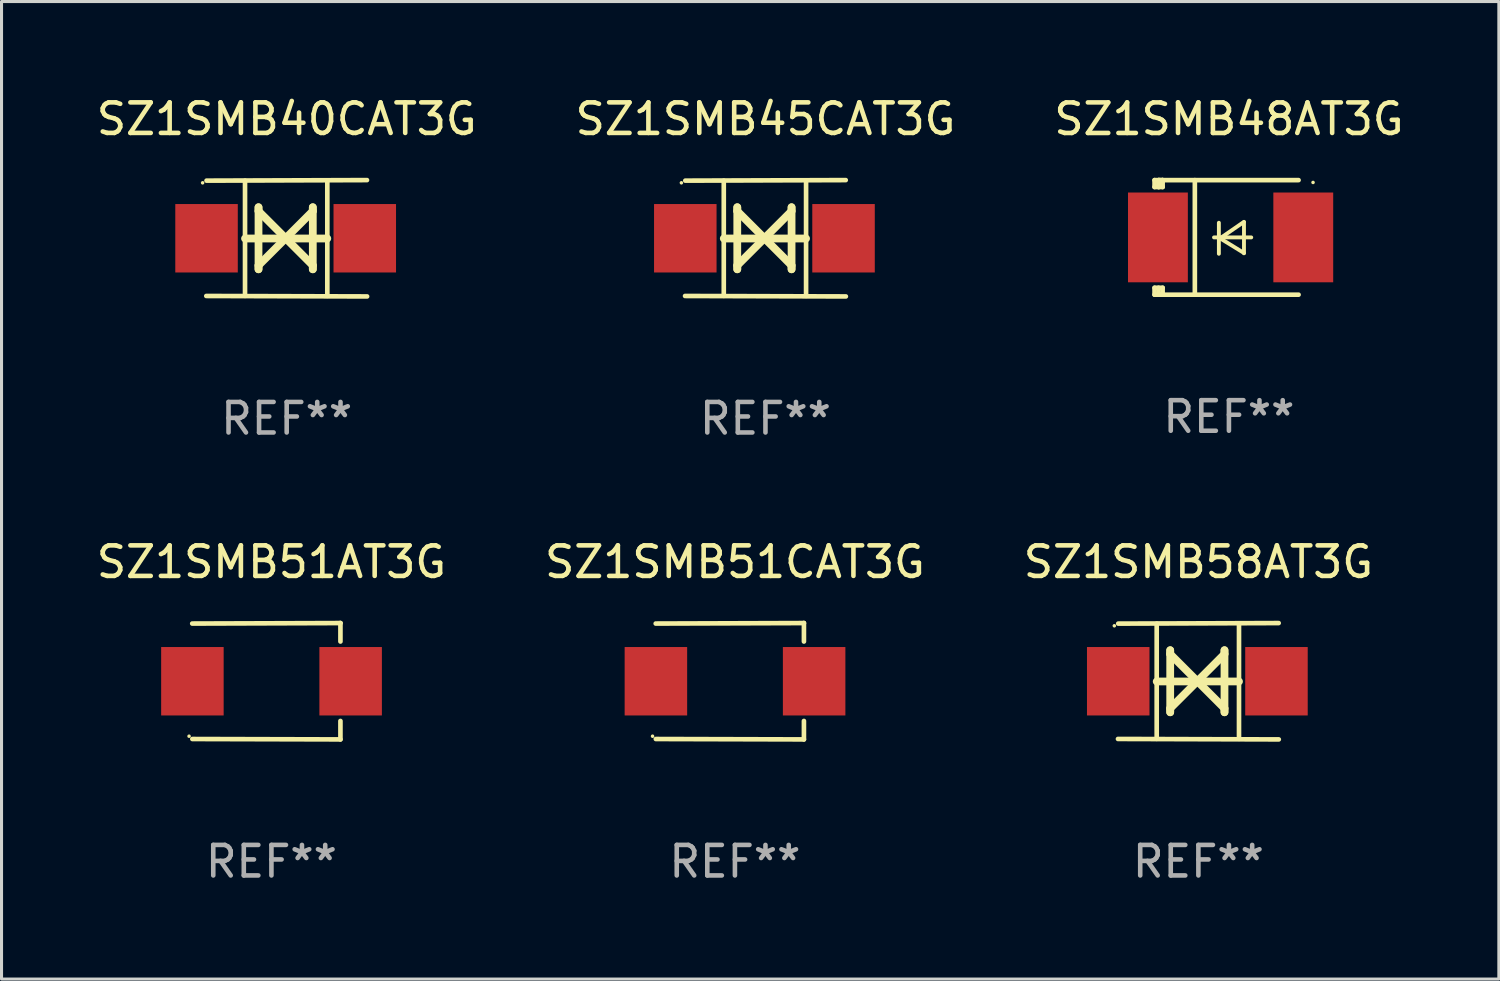
<source format=kicad_pcb>
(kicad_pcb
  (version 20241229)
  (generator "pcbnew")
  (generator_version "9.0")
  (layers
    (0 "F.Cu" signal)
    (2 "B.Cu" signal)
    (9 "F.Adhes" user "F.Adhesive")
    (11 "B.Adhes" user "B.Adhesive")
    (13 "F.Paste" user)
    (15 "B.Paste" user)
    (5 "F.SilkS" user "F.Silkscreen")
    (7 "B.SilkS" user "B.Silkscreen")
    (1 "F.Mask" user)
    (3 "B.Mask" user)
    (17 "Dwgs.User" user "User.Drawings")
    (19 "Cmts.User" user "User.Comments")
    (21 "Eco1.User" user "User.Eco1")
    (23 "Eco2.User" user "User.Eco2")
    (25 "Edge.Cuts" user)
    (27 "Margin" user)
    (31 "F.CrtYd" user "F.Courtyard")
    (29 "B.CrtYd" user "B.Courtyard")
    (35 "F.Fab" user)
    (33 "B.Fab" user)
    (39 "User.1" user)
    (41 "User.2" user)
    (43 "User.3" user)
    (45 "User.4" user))
  (footprint "SZ1SMB48AT3G"
    (layer "F.Cu")
    (at 37.196 4.725)
    (property "Reference" "SZ1SMB48AT3G" (at 0 -3.876 0) (layer "F.SilkS") (effects (font (size 1 1) (thickness 0.15))))
    (attr through_hole)
    (fp_line (start -2.435 1.65) (end -2.171 1.65) (stroke (width 0.152) (type solid)) (layer "F.SilkS"))
    (fp_line (start -2.435 1.876) (end -2.435 1.65) (stroke (width 0.152) (type solid)) (layer "F.SilkS"))
    (fp_line (start -2.435 -1.876) (end -2.171 -1.876) (stroke (width 0.152) (type solid)) (layer "F.SilkS"))
    (fp_line (start -2.435 -1.65) (end -2.435 -1.876) (stroke (width 0.152) (type solid)) (layer "F.SilkS"))
    (fp_line (start -2.305 -1.866) (end -2.295 -1.876) (stroke (width 0.152) (type solid)) (layer "F.SilkS"))
    (fp_line (start -2.305 -1.65) (end -2.305 -1.866) (stroke (width 0.152) (type solid)) (layer "F.SilkS"))
    (fp_line (start -2.305 1.876) (end -2.305 1.65) (stroke (width 0.152) (type solid)) (layer "F.SilkS"))
    (fp_line (start -2.295 -1.876) (end -2.295 -1.65) (stroke (width 0.152) (type solid)) (layer "F.SilkS"))
    (fp_line (start -2.171 1.876) (end -2.435 1.876) (stroke (width 0.152) (type solid)) (layer "F.SilkS"))
    (fp_line (start -2.171 -1.65) (end -2.435 -1.65) (stroke (width 0.152) (type solid)) (layer "F.SilkS"))
    (fp_line (start -2.171 -1.876) (end -2.295 -1.876) (stroke (width 0.152) (type solid)) (layer "F.SilkS"))
    (fp_line (start -2.171 -1.65) (end -2.171 -1.876) (stroke (width 0.152) (type solid)) (layer "F.SilkS"))
    (fp_line (start -2.171 1.876) (end -2.305 1.876) (stroke (width 0.152) (type solid)) (layer "F.SilkS"))
    (fp_line (start -2.171 1.876) (end -2.171 1.65) (stroke (width 0.152) (type solid)) (layer "F.SilkS"))
    (fp_line (start -1.116 1.876) (end -1.116 -1.876) (stroke (width 0.152) (type solid)) (layer "F.SilkS"))
    (fp_line (start -0.488 0.000102) (end 0.731 0.000102) (stroke (width 0.127) (type solid)) (layer "F.SilkS"))
    (fp_line (start -0.329 -0.48) (end -0.329 0.536) (stroke (width 0.127) (type solid)) (layer "F.SilkS"))
    (fp_line (start -0.29 0.03) (end 0.493 0.51) (stroke (width 0.127) (type solid)) (layer "F.SilkS"))
    (fp_line (start 0.493 -0.51) (end -0.29 0.03) (stroke (width 0.127) (type solid)) (layer "F.SilkS"))
    (fp_line (start 0.493 0.52) (end 0.493 -0.496) (stroke (width 0.127) (type solid)) (layer "F.SilkS"))
    (fp_line (start 2.281 -1.876) (end -2.171 -1.876) (stroke (width 0.152) (type solid)) (layer "F.SilkS"))
    (fp_line (start 2.281 1.876) (end -2.171 1.876) (stroke (width 0.152) (type solid)) (layer "F.SilkS"))
    (fp_circle (center 2.755 -1.8) (end 2.785 -1.8) (stroke (width 0.06) (type solid)) (fill no) (layer "F.SilkS"))
    (fp_text user "REF**" (at 0 5.876 0) (layer "F.Fab") (effects (font (size 1 1) (thickness 0.15))))
    (pad "1" smd rect (at 2.435 -0.000025 180) (size 1.96 2.94) (layers "F.Cu" "F.Mask" "F.Paste"))
    (pad "2" smd rect (at -2.325 -0.000025 180) (size 1.96 2.94) (layers "F.Cu" "F.Mask" "F.Paste")))
  (footprint "SZ1SMB45CAT3G"
    (layer "F.Cu")
    (at 22.018 4.753)
    (property "Reference" "SZ1SMB45CAT3G" (at 0 -3.905 0) (layer "F.SilkS") (effects (font (size 1 1) (thickness 0.15))))
    (attr through_hole)
    (fp_line (start -1.365 1.886) (end -1.365 -1.886) (stroke (width 0.152) (type solid)) (layer "F.SilkS"))
    (fp_line (start -1.365 0.008) (end 1.33 0.008) (stroke (width 0.254) (type solid)) (layer "F.SilkS"))
    (fp_line (start -0.923 -1.016) (end -0.923 1.016) (stroke (width 0.254) (type solid)) (layer "F.SilkS"))
    (fp_line (start -0.923 -0.889) (end -0.923 -1.016) (stroke (width 0.254) (type solid)) (layer "F.SilkS"))
    (fp_line (start -0.923 0.889) (end -0.034 0) (stroke (width 0.254) (type solid)) (layer "F.SilkS"))
    (fp_line (start -0.923 1.016) (end -0.923 0.889) (stroke (width 0.254) (type solid)) (layer "F.SilkS"))
    (fp_line (start -0.034 0) (end -0.923 -0.889) (stroke (width 0.254) (type solid)) (layer "F.SilkS"))
    (fp_line (start -0.034 0) (end 0.855 0.889) (stroke (width 0.254) (type solid)) (layer "F.SilkS"))
    (fp_line (start 0.855 -1.016) (end 0.855 -0.889) (stroke (width 0.254) (type solid)) (layer "F.SilkS"))
    (fp_line (start 0.855 -0.889) (end -0.034 0) (stroke (width 0.254) (type solid)) (layer "F.SilkS"))
    (fp_line (start 0.855 0.889) (end 0.855 1.016) (stroke (width 0.254) (type solid)) (layer "F.SilkS"))
    (fp_line (start 0.855 1.016) (end 0.855 -1.016) (stroke (width 0.254) (type solid)) (layer "F.SilkS"))
    (fp_line (start 1.33 1.886) (end 1.33 -1.886) (stroke (width 0.152) (type solid)) (layer "F.SilkS"))
    (fp_line (start 2.629 -1.905) (end -2.625 -1.887) (stroke (width 0.152) (type solid)) (layer "F.SilkS"))
    (fp_line (start 2.633 1.905) (end -2.633 1.89) (stroke (width 0.152) (type solid)) (layer "F.SilkS"))
    (fp_circle (center -2.753 -1.816) (end -2.723 -1.816) (stroke (width 0.06) (type solid)) (fill no) (layer "F.SilkS"))
    (fp_text user "REF**" (at 0 5.905 0) (layer "F.Fab") (effects (font (size 1 1) (thickness 0.15))))
    (pad "1" smd rect (at -2.625 0) (size 2.047 2.241) (layers "F.Cu" "F.Mask" "F.Paste"))
    (pad "2" smd rect (at 2.557 0) (size 2.047 2.241) (layers "F.Cu" "F.Mask" "F.Paste")))
  (footprint "SZ1SMB51AT3G"
    (layer "F.Cu")
    (at 5.839 19.26)
    (property "Reference" "SZ1SMB51AT3G" (at 0 -3.905 0) (layer "F.SilkS") (effects (font (size 1 1) (thickness 0.15))))
    (attr through_hole)
    (fp_line (start 2.256 -1.905) (end -2.594 -1.889) (stroke (width 0.152) (type solid)) (layer "F.SilkS"))
    (fp_line (start 2.256 -1.905) (end 2.26 -1.905) (stroke (width 0.152) (type solid)) (layer "F.SilkS"))
    (fp_line (start 2.26 -1.905) (end 2.26 -1.301) (stroke (width 0.152) (type solid)) (layer "F.SilkS"))
    (fp_line (start 2.26 1.301) (end 2.26 1.905) (stroke (width 0.152) (type solid)) (layer "F.SilkS"))
    (fp_line (start 2.26 1.905) (end -2.59 1.892) (stroke (width 0.152) (type solid)) (layer "F.SilkS"))
    (fp_circle (center -2.697 1.8) (end -2.667 1.8) (stroke (width 0.06) (type solid)) (fill no) (layer "F.SilkS"))
    (fp_text user "REF**" (at 0 5.905 0) (layer "F.Fab") (effects (font (size 1 1) (thickness 0.15))))
    (pad "1" smd rect (at -2.588 0) (size 2.047 2.241) (layers "F.Cu" "F.Mask" "F.Paste"))
    (pad "2" smd rect (at 2.594 0) (size 2.047 2.241) (layers "F.Cu" "F.Mask" "F.Paste")))
  (footprint "SZ1SMB51CAT3G"
    (layer "F.Cu")
    (at 21.018 19.26)
    (property "Reference" "SZ1SMB51CAT3G" (at 0 -3.905 0) (layer "F.SilkS") (effects (font (size 1 1) (thickness 0.15))))
    (attr through_hole)
    (fp_line (start 2.256 -1.905) (end -2.594 -1.889) (stroke (width 0.152) (type solid)) (layer "F.SilkS"))
    (fp_line (start 2.256 -1.905) (end 2.26 -1.905) (stroke (width 0.152) (type solid)) (layer "F.SilkS"))
    (fp_line (start 2.26 -1.905) (end 2.26 -1.301) (stroke (width 0.152) (type solid)) (layer "F.SilkS"))
    (fp_line (start 2.26 1.301) (end 2.26 1.905) (stroke (width 0.152) (type solid)) (layer "F.SilkS"))
    (fp_line (start 2.26 1.905) (end -2.59 1.892) (stroke (width 0.152) (type solid)) (layer "F.SilkS"))
    (fp_circle (center -2.697 1.8) (end -2.667 1.8) (stroke (width 0.06) (type solid)) (fill no) (layer "F.SilkS"))
    (fp_text user "REF**" (at 0 5.905 0) (layer "F.Fab") (effects (font (size 1 1) (thickness 0.15))))
    (pad "1" smd rect (at -2.588 0) (size 2.047 2.241) (layers "F.Cu" "F.Mask" "F.Paste"))
    (pad "2" smd rect (at 2.594 0) (size 2.047 2.241) (layers "F.Cu" "F.Mask" "F.Paste")))
  (footprint "SZ1SMB58AT3G"
    (layer "F.Cu")
    (at 36.196 19.26)
    (property "Reference" "SZ1SMB58AT3G" (at 0 -3.905 0) (layer "F.SilkS") (effects (font (size 1 1) (thickness 0.15))))
    (attr through_hole)
    (fp_line (start -1.365 1.886) (end -1.365 -1.886) (stroke (width 0.152) (type solid)) (layer "F.SilkS"))
    (fp_line (start -1.365 0.008) (end 1.33 0.008) (stroke (width 0.254) (type solid)) (layer "F.SilkS"))
    (fp_line (start -0.923 -1.016) (end -0.923 1.016) (stroke (width 0.254) (type solid)) (layer "F.SilkS"))
    (fp_line (start -0.923 -0.889) (end -0.923 -1.016) (stroke (width 0.254) (type solid)) (layer "F.SilkS"))
    (fp_line (start -0.923 0.889) (end -0.034 0) (stroke (width 0.254) (type solid)) (layer "F.SilkS"))
    (fp_line (start -0.923 1.016) (end -0.923 0.889) (stroke (width 0.254) (type solid)) (layer "F.SilkS"))
    (fp_line (start -0.034 0) (end -0.923 -0.889) (stroke (width 0.254) (type solid)) (layer "F.SilkS"))
    (fp_line (start -0.034 0) (end 0.855 0.889) (stroke (width 0.254) (type solid)) (layer "F.SilkS"))
    (fp_line (start 0.855 -1.016) (end 0.855 -0.889) (stroke (width 0.254) (type solid)) (layer "F.SilkS"))
    (fp_line (start 0.855 -0.889) (end -0.034 0) (stroke (width 0.254) (type solid)) (layer "F.SilkS"))
    (fp_line (start 0.855 0.889) (end 0.855 1.016) (stroke (width 0.254) (type solid)) (layer "F.SilkS"))
    (fp_line (start 0.855 1.016) (end 0.855 -1.016) (stroke (width 0.254) (type solid)) (layer "F.SilkS"))
    (fp_line (start 1.33 1.886) (end 1.33 -1.886) (stroke (width 0.152) (type solid)) (layer "F.SilkS"))
    (fp_line (start 2.629 -1.905) (end -2.625 -1.887) (stroke (width 0.152) (type solid)) (layer "F.SilkS"))
    (fp_line (start 2.633 1.905) (end -2.633 1.89) (stroke (width 0.152) (type solid)) (layer "F.SilkS"))
    (fp_circle (center -2.753 -1.816) (end -2.723 -1.816) (stroke (width 0.06) (type solid)) (fill no) (layer "F.SilkS"))
    (fp_text user "REF**" (at 0 5.905 0) (layer "F.Fab") (effects (font (size 1 1) (thickness 0.15))))
    (pad "1" smd rect (at -2.625 0) (size 2.047 2.241) (layers "F.Cu" "F.Mask" "F.Paste"))
    (pad "2" smd rect (at 2.557 0) (size 2.047 2.241) (layers "F.Cu" "F.Mask" "F.Paste")))
  (footprint "SZ1SMB40CAT3G"
    (layer "F.Cu")
    (at 6.339 4.753)
    (property "Reference" "SZ1SMB40CAT3G" (at 0 -3.905 0) (layer "F.SilkS") (effects (font (size 1 1) (thickness 0.15))))
    (attr through_hole)
    (fp_line (start -1.365 1.886) (end -1.365 -1.886) (stroke (width 0.152) (type solid)) (layer "F.SilkS"))
    (fp_line (start -1.365 0.008) (end 1.33 0.008) (stroke (width 0.254) (type solid)) (layer "F.SilkS"))
    (fp_line (start -0.923 -1.016) (end -0.923 1.016) (stroke (width 0.254) (type solid)) (layer "F.SilkS"))
    (fp_line (start -0.923 -0.889) (end -0.923 -1.016) (stroke (width 0.254) (type solid)) (layer "F.SilkS"))
    (fp_line (start -0.923 0.889) (end -0.034 0) (stroke (width 0.254) (type solid)) (layer "F.SilkS"))
    (fp_line (start -0.923 1.016) (end -0.923 0.889) (stroke (width 0.254) (type solid)) (layer "F.SilkS"))
    (fp_line (start -0.034 0) (end -0.923 -0.889) (stroke (width 0.254) (type solid)) (layer "F.SilkS"))
    (fp_line (start -0.034 0) (end 0.855 0.889) (stroke (width 0.254) (type solid)) (layer "F.SilkS"))
    (fp_line (start 0.855 -1.016) (end 0.855 -0.889) (stroke (width 0.254) (type solid)) (layer "F.SilkS"))
    (fp_line (start 0.855 -0.889) (end -0.034 0) (stroke (width 0.254) (type solid)) (layer "F.SilkS"))
    (fp_line (start 0.855 0.889) (end 0.855 1.016) (stroke (width 0.254) (type solid)) (layer "F.SilkS"))
    (fp_line (start 0.855 1.016) (end 0.855 -1.016) (stroke (width 0.254) (type solid)) (layer "F.SilkS"))
    (fp_line (start 1.33 1.886) (end 1.33 -1.886) (stroke (width 0.152) (type solid)) (layer "F.SilkS"))
    (fp_line (start 2.629 -1.905) (end -2.625 -1.887) (stroke (width 0.152) (type solid)) (layer "F.SilkS"))
    (fp_line (start 2.633 1.905) (end -2.633 1.89) (stroke (width 0.152) (type solid)) (layer "F.SilkS"))
    (fp_circle (center -2.753 -1.816) (end -2.723 -1.816) (stroke (width 0.06) (type solid)) (fill no) (layer "F.SilkS"))
    (fp_text user "REF**" (at 0 5.905 0) (layer "F.Fab") (effects (font (size 1 1) (thickness 0.15))))
    (pad "1" smd rect (at -2.625 0) (size 2.047 2.241) (layers "F.Cu" "F.Mask" "F.Paste"))
    (pad "2" smd rect (at 2.557 0) (size 2.047 2.241) (layers "F.Cu" "F.Mask" "F.Paste")))
  (gr_rect
    (start -3 -3)
    (end 46.036 29.013)
    (stroke (width 0.1) (type default))
    (fill no)
    (layer "Edge.Cuts")))
</source>
